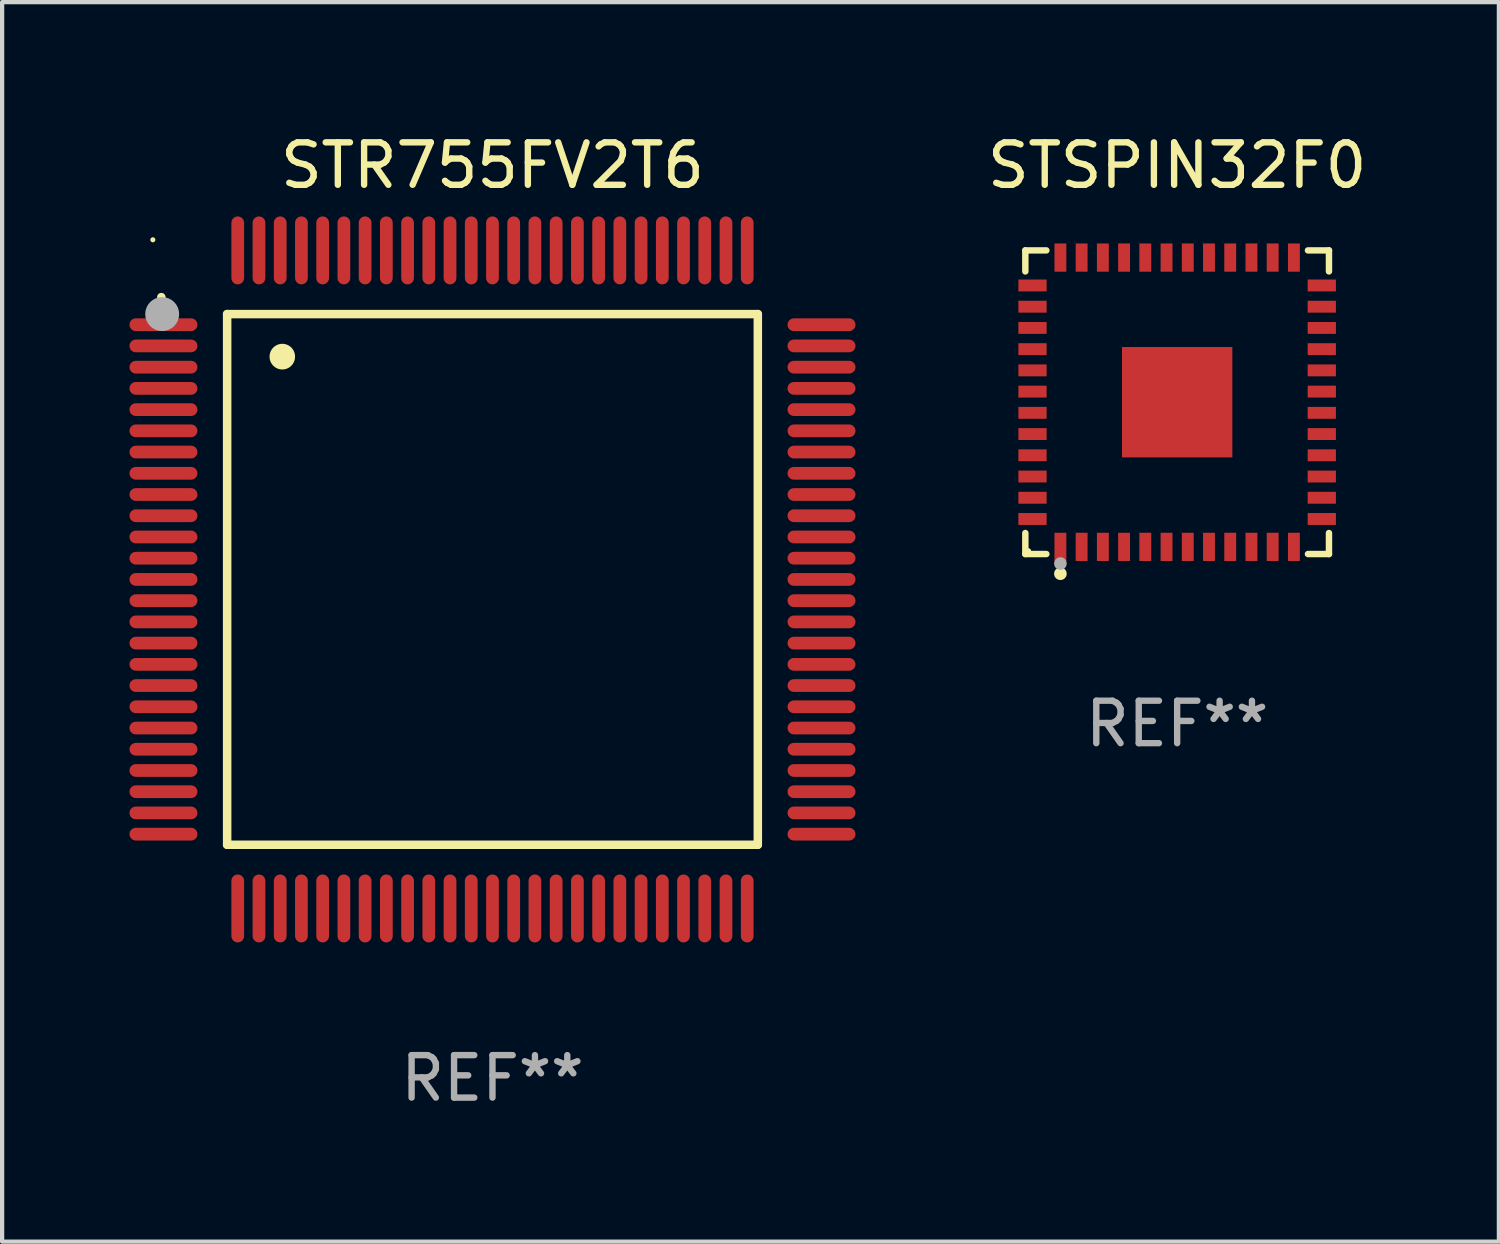
<source format=kicad_pcb>
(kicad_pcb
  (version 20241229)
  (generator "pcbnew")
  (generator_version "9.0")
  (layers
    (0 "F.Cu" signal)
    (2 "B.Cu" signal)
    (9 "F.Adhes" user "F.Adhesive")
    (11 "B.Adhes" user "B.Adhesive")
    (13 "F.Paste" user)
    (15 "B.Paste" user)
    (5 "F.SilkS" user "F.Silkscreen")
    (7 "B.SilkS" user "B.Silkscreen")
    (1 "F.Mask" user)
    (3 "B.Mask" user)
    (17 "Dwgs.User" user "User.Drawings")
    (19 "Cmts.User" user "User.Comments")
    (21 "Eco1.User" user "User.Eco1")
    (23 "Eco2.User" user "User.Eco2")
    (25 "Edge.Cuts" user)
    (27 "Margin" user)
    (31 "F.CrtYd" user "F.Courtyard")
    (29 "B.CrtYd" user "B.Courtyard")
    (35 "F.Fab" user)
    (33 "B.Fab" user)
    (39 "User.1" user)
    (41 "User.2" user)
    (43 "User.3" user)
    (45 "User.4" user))
  (footprint "STR755FV2T6"
    (layer "F.Cu")
    (at 8.55 10.598)
    (property "Reference" "STR755FV2T6" (at 0 -9.75 0) (layer "F.SilkS") (effects (font (size 1 1) (thickness 0.15))))
    (attr through_hole)
    (fp_line (start -6.25 -6.25) (end -6.25 6.25) (stroke (width 0.2) (type solid)) (layer "F.SilkS"))
    (fp_line (start -6.25 6.25) (end 6.25 6.25) (stroke (width 0.2) (type solid)) (layer "F.SilkS"))
    (fp_line (start 6.25 -6.25) (end -6.25 -6.25) (stroke (width 0.2) (type solid)) (layer "F.SilkS"))
    (fp_line (start 6.25 6.25) (end 6.25 -6.25) (stroke (width 0.2) (type solid)) (layer "F.SilkS"))
    (fp_arc (start -7.799568 -6.647625) (mid -7.799571 -6.648463) (end -7.799568 -6.649301) (stroke (width 0.2) (type solid)) (layer "F.SilkS"))
    (fp_arc (start -4.95047 -5.245111) (mid -4.950481 -5.247651) (end -4.95047 -5.250191) (stroke (width 0.6) (type solid)) (layer "F.SilkS"))
    (fp_circle (center -8 -8) (end -7.97 -8) (stroke (width 0.06) (type solid)) (fill no) (layer "F.SilkS"))
    (fp_circle (center -7.78 -6.25) (end -7.58 -6.25) (stroke (width 0.4) (type solid)) (fill no) (layer "F.Fab"))
    (fp_text user "REF**" (at 0 11.75 0) (layer "F.Fab") (effects (font (size 1 1) (thickness 0.15))))
    (pad "1" smd oval (at -7.75 -6 90) (size 0.3 1.6) (layers "F.Cu" "F.Mask" "F.Paste"))
    (pad "2" smd oval (at -7.75 -5.5 90) (size 0.3 1.6) (layers "F.Cu" "F.Mask" "F.Paste"))
    (pad "3" smd oval (at -7.75 -5 90) (size 0.3 1.6) (layers "F.Cu" "F.Mask" "F.Paste"))
    (pad "4" smd oval (at -7.75 -4.5 90) (size 0.3 1.6) (layers "F.Cu" "F.Mask" "F.Paste"))
    (pad "5" smd oval (at -7.75 -4 90) (size 0.3 1.6) (layers "F.Cu" "F.Mask" "F.Paste"))
    (pad "6" smd oval (at -7.75 -3.5 90) (size 0.3 1.6) (layers "F.Cu" "F.Mask" "F.Paste"))
    (pad "7" smd oval (at -7.75 -3 90) (size 0.3 1.6) (layers "F.Cu" "F.Mask" "F.Paste"))
    (pad "8" smd oval (at -7.75 -2.5 90) (size 0.3 1.6) (layers "F.Cu" "F.Mask" "F.Paste"))
    (pad "9" smd oval (at -7.75 -2 90) (size 0.3 1.6) (layers "F.Cu" "F.Mask" "F.Paste"))
    (pad "10" smd oval (at -7.75 -1.5 90) (size 0.3 1.6) (layers "F.Cu" "F.Mask" "F.Paste"))
    (pad "11" smd oval (at -7.75 -1 90) (size 0.3 1.6) (layers "F.Cu" "F.Mask" "F.Paste"))
    (pad "12" smd oval (at -7.75 -0.5 90) (size 0.3 1.6) (layers "F.Cu" "F.Mask" "F.Paste"))
    (pad "13" smd oval (at -7.75 0 90) (size 0.3 1.6) (layers "F.Cu" "F.Mask" "F.Paste"))
    (pad "14" smd oval (at -7.75 0.5 90) (size 0.3 1.6) (layers "F.Cu" "F.Mask" "F.Paste"))
    (pad "15" smd oval (at -7.75 1 90) (size 0.3 1.6) (layers "F.Cu" "F.Mask" "F.Paste"))
    (pad "16" smd oval (at -7.75 1.5 90) (size 0.3 1.6) (layers "F.Cu" "F.Mask" "F.Paste"))
    (pad "17" smd oval (at -7.75 2 90) (size 0.3 1.6) (layers "F.Cu" "F.Mask" "F.Paste"))
    (pad "18" smd oval (at -7.75 2.5 90) (size 0.3 1.6) (layers "F.Cu" "F.Mask" "F.Paste"))
    (pad "19" smd oval (at -7.75 3 90) (size 0.3 1.6) (layers "F.Cu" "F.Mask" "F.Paste"))
    (pad "20" smd oval (at -7.75 3.5 90) (size 0.3 1.6) (layers "F.Cu" "F.Mask" "F.Paste"))
    (pad "21" smd oval (at -7.75 4 90) (size 0.3 1.6) (layers "F.Cu" "F.Mask" "F.Paste"))
    (pad "22" smd oval (at -7.75 4.5 90) (size 0.3 1.6) (layers "F.Cu" "F.Mask" "F.Paste"))
    (pad "23" smd oval (at -7.75 5 90) (size 0.3 1.6) (layers "F.Cu" "F.Mask" "F.Paste"))
    (pad "24" smd oval (at -7.75 5.5 90) (size 0.3 1.6) (layers "F.Cu" "F.Mask" "F.Paste"))
    (pad "25" smd oval (at -7.75 6 90) (size 0.3 1.6) (layers "F.Cu" "F.Mask" "F.Paste"))
    (pad "26" smd oval (at -6 7.75) (size 0.3 1.6) (layers "F.Cu" "F.Mask" "F.Paste"))
    (pad "27" smd oval (at -5.5 7.75) (size 0.3 1.6) (layers "F.Cu" "F.Mask" "F.Paste"))
    (pad "28" smd oval (at -5 7.75) (size 0.3 1.6) (layers "F.Cu" "F.Mask" "F.Paste"))
    (pad "29" smd oval (at -4.5 7.75) (size 0.3 1.6) (layers "F.Cu" "F.Mask" "F.Paste"))
    (pad "30" smd oval (at -4 7.75) (size 0.3 1.6) (layers "F.Cu" "F.Mask" "F.Paste"))
    (pad "31" smd oval (at -3.5 7.75) (size 0.3 1.6) (layers "F.Cu" "F.Mask" "F.Paste"))
    (pad "32" smd oval (at -3 7.75) (size 0.3 1.6) (layers "F.Cu" "F.Mask" "F.Paste"))
    (pad "33" smd oval (at -2.5 7.75) (size 0.3 1.6) (layers "F.Cu" "F.Mask" "F.Paste"))
    (pad "34" smd oval (at -2 7.75) (size 0.3 1.6) (layers "F.Cu" "F.Mask" "F.Paste"))
    (pad "35" smd oval (at -1.5 7.75) (size 0.3 1.6) (layers "F.Cu" "F.Mask" "F.Paste"))
    (pad "36" smd oval (at -1 7.75) (size 0.3 1.6) (layers "F.Cu" "F.Mask" "F.Paste"))
    (pad "37" smd oval (at -0.5 7.75) (size 0.3 1.6) (layers "F.Cu" "F.Mask" "F.Paste"))
    (pad "38" smd oval (at 0 7.75) (size 0.3 1.6) (layers "F.Cu" "F.Mask" "F.Paste"))
    (pad "39" smd oval (at 0.5 7.75) (size 0.3 1.6) (layers "F.Cu" "F.Mask" "F.Paste"))
    (pad "40" smd oval (at 1 7.75) (size 0.3 1.6) (layers "F.Cu" "F.Mask" "F.Paste"))
    (pad "41" smd oval (at 1.5 7.75) (size 0.3 1.6) (layers "F.Cu" "F.Mask" "F.Paste"))
    (pad "42" smd oval (at 2 7.75) (size 0.3 1.6) (layers "F.Cu" "F.Mask" "F.Paste"))
    (pad "43" smd oval (at 2.5 7.75) (size 0.3 1.6) (layers "F.Cu" "F.Mask" "F.Paste"))
    (pad "44" smd oval (at 3 7.75) (size 0.3 1.6) (layers "F.Cu" "F.Mask" "F.Paste"))
    (pad "45" smd oval (at 3.5 7.75) (size 0.3 1.6) (layers "F.Cu" "F.Mask" "F.Paste"))
    (pad "46" smd oval (at 4 7.75) (size 0.3 1.6) (layers "F.Cu" "F.Mask" "F.Paste"))
    (pad "47" smd oval (at 4.5 7.75) (size 0.3 1.6) (layers "F.Cu" "F.Mask" "F.Paste"))
    (pad "48" smd oval (at 5 7.75) (size 0.3 1.6) (layers "F.Cu" "F.Mask" "F.Paste"))
    (pad "49" smd oval (at 5.5 7.75) (size 0.3 1.6) (layers "F.Cu" "F.Mask" "F.Paste"))
    (pad "50" smd oval (at 6 7.75) (size 0.3 1.6) (layers "F.Cu" "F.Mask" "F.Paste"))
    (pad "51" smd oval (at 7.75 6 90) (size 0.3 1.6) (layers "F.Cu" "F.Mask" "F.Paste"))
    (pad "52" smd oval (at 7.75 5.5 90) (size 0.3 1.6) (layers "F.Cu" "F.Mask" "F.Paste"))
    (pad "53" smd oval (at 7.75 5 90) (size 0.3 1.6) (layers "F.Cu" "F.Mask" "F.Paste"))
    (pad "54" smd oval (at 7.75 4.5 90) (size 0.3 1.6) (layers "F.Cu" "F.Mask" "F.Paste"))
    (pad "55" smd oval (at 7.75 4 90) (size 0.3 1.6) (layers "F.Cu" "F.Mask" "F.Paste"))
    (pad "56" smd oval (at 7.75 3.5 90) (size 0.3 1.6) (layers "F.Cu" "F.Mask" "F.Paste"))
    (pad "57" smd oval (at 7.75 3 90) (size 0.3 1.6) (layers "F.Cu" "F.Mask" "F.Paste"))
    (pad "58" smd oval (at 7.75 2.5 90) (size 0.3 1.6) (layers "F.Cu" "F.Mask" "F.Paste"))
    (pad "59" smd oval (at 7.75 2 90) (size 0.3 1.6) (layers "F.Cu" "F.Mask" "F.Paste"))
    (pad "60" smd oval (at 7.75 1.5 90) (size 0.3 1.6) (layers "F.Cu" "F.Mask" "F.Paste"))
    (pad "61" smd oval (at 7.75 1 90) (size 0.3 1.6) (layers "F.Cu" "F.Mask" "F.Paste"))
    (pad "62" smd oval (at 7.75 0.5 90) (size 0.3 1.6) (layers "F.Cu" "F.Mask" "F.Paste"))
    (pad "63" smd oval (at 7.75 0 90) (size 0.3 1.6) (layers "F.Cu" "F.Mask" "F.Paste"))
    (pad "64" smd oval (at 7.75 -0.5 90) (size 0.3 1.6) (layers "F.Cu" "F.Mask" "F.Paste"))
    (pad "65" smd oval (at 7.75 -1 90) (size 0.3 1.6) (layers "F.Cu" "F.Mask" "F.Paste"))
    (pad "66" smd oval (at 7.75 -1.5 90) (size 0.3 1.6) (layers "F.Cu" "F.Mask" "F.Paste"))
    (pad "67" smd oval (at 7.75 -2 90) (size 0.3 1.6) (layers "F.Cu" "F.Mask" "F.Paste"))
    (pad "68" smd oval (at 7.75 -2.5 90) (size 0.3 1.6) (layers "F.Cu" "F.Mask" "F.Paste"))
    (pad "69" smd oval (at 7.75 -3 90) (size 0.3 1.6) (layers "F.Cu" "F.Mask" "F.Paste"))
    (pad "70" smd oval (at 7.75 -3.5 90) (size 0.3 1.6) (layers "F.Cu" "F.Mask" "F.Paste"))
    (pad "71" smd oval (at 7.75 -4 90) (size 0.3 1.6) (layers "F.Cu" "F.Mask" "F.Paste"))
    (pad "72" smd oval (at 7.75 -4.5 90) (size 0.3 1.6) (layers "F.Cu" "F.Mask" "F.Paste"))
    (pad "73" smd oval (at 7.75 -5 90) (size 0.3 1.6) (layers "F.Cu" "F.Mask" "F.Paste"))
    (pad "74" smd oval (at 7.75 -5.5 90) (size 0.3 1.6) (layers "F.Cu" "F.Mask" "F.Paste"))
    (pad "75" smd oval (at 7.75 -6 90) (size 0.3 1.6) (layers "F.Cu" "F.Mask" "F.Paste"))
    (pad "76" smd oval (at 6 -7.75) (size 0.3 1.6) (layers "F.Cu" "F.Mask" "F.Paste"))
    (pad "77" smd oval (at 5.5 -7.75) (size 0.3 1.6) (layers "F.Cu" "F.Mask" "F.Paste"))
    (pad "78" smd oval (at 5 -7.75) (size 0.3 1.6) (layers "F.Cu" "F.Mask" "F.Paste"))
    (pad "79" smd oval (at 4.5 -7.75) (size 0.3 1.6) (layers "F.Cu" "F.Mask" "F.Paste"))
    (pad "80" smd oval (at 4 -7.75) (size 0.3 1.6) (layers "F.Cu" "F.Mask" "F.Paste"))
    (pad "81" smd oval (at 3.5 -7.75) (size 0.3 1.6) (layers "F.Cu" "F.Mask" "F.Paste"))
    (pad "82" smd oval (at 3 -7.75) (size 0.3 1.6) (layers "F.Cu" "F.Mask" "F.Paste"))
    (pad "83" smd oval (at 2.5 -7.75) (size 0.3 1.6) (layers "F.Cu" "F.Mask" "F.Paste"))
    (pad "84" smd oval (at 2 -7.75) (size 0.3 1.6) (layers "F.Cu" "F.Mask" "F.Paste"))
    (pad "85" smd oval (at 1.5 -7.75) (size 0.3 1.6) (layers "F.Cu" "F.Mask" "F.Paste"))
    (pad "86" smd oval (at 1 -7.75) (size 0.3 1.6) (layers "F.Cu" "F.Mask" "F.Paste"))
    (pad "87" smd oval (at 0.5 -7.75) (size 0.3 1.6) (layers "F.Cu" "F.Mask" "F.Paste"))
    (pad "88" smd oval (at 0 -7.75) (size 0.3 1.6) (layers "F.Cu" "F.Mask" "F.Paste"))
    (pad "89" smd oval (at -0.5 -7.75) (size 0.3 1.6) (layers "F.Cu" "F.Mask" "F.Paste"))
    (pad "90" smd oval (at -1 -7.75) (size 0.3 1.6) (layers "F.Cu" "F.Mask" "F.Paste"))
    (pad "91" smd oval (at -1.5 -7.75) (size 0.3 1.6) (layers "F.Cu" "F.Mask" "F.Paste"))
    (pad "92" smd oval (at -2 -7.75) (size 0.3 1.6) (layers "F.Cu" "F.Mask" "F.Paste"))
    (pad "93" smd oval (at -2.5 -7.75) (size 0.3 1.6) (layers "F.Cu" "F.Mask" "F.Paste"))
    (pad "94" smd oval (at -3 -7.75) (size 0.3 1.6) (layers "F.Cu" "F.Mask" "F.Paste"))
    (pad "95" smd oval (at -3.5 -7.75) (size 0.3 1.6) (layers "F.Cu" "F.Mask" "F.Paste"))
    (pad "96" smd oval (at -4 -7.75) (size 0.3 1.6) (layers "F.Cu" "F.Mask" "F.Paste"))
    (pad "97" smd oval (at -4.5 -7.75) (size 0.3 1.6) (layers "F.Cu" "F.Mask" "F.Paste"))
    (pad "98" smd oval (at -5 -7.75) (size 0.3 1.6) (layers "F.Cu" "F.Mask" "F.Paste"))
    (pad "99" smd oval (at -5.5 -7.75) (size 0.3 1.6) (layers "F.Cu" "F.Mask" "F.Paste"))
    (pad "100" smd oval (at -6 -7.75) (size 0.3 1.6) (layers "F.Cu" "F.Mask" "F.Paste")))
  (footprint "STSPIN32F0"
    (layer "F.Cu")
    (at 24.677 6.424)
    (property "Reference" "STSPIN32F0" (at 0 -5.576 0) (layer "F.SilkS") (effects (font (size 1 1) (thickness 0.15))))
    (attr through_hole)
    (fp_line (start -3.576 -3.576) (end -3.081 -3.576) (stroke (width 0.152) (type solid)) (layer "F.SilkS"))
    (fp_line (start -3.576 -3.081) (end -3.576 -3.576) (stroke (width 0.152) (type solid)) (layer "F.SilkS"))
    (fp_line (start -3.576 3.081) (end -3.576 3.576) (stroke (width 0.152) (type solid)) (layer "F.SilkS"))
    (fp_line (start -3.576 3.576) (end -3.081 3.576) (stroke (width 0.152) (type solid)) (layer "F.SilkS"))
    (fp_line (start 3.576 -3.576) (end 3.081 -3.576) (stroke (width 0.152) (type solid)) (layer "F.SilkS"))
    (fp_line (start 3.576 -3.081) (end 3.576 -3.576) (stroke (width 0.152) (type solid)) (layer "F.SilkS"))
    (fp_line (start 3.576 3.081) (end 3.576 3.576) (stroke (width 0.152) (type solid)) (layer "F.SilkS"))
    (fp_line (start 3.576 3.576) (end 3.081 3.576) (stroke (width 0.152) (type solid)) (layer "F.SilkS"))
    (fp_circle (center -3.5 3.5) (end -3.47 3.5) (stroke (width 0.06) (type solid)) (fill no) (layer "F.SilkS"))
    (fp_circle (center -2.75 4.04) (end -2.675 4.04) (stroke (width 0.15) (type solid)) (fill no) (layer "F.SilkS"))
    (fp_circle (center -2.75 3.8) (end -2.675 3.8) (stroke (width 0.15) (type solid)) (fill no) (layer "F.Fab"))
    (fp_text user "REF**" (at 0 7.576 0) (layer "F.Fab") (effects (font (size 1 1) (thickness 0.15))))
    (pad "1" smd rect (at -2.75 3.407) (size 0.28 0.665) (layers "F.Cu" "F.Mask" "F.Paste"))
    (pad "2" smd rect (at -2.25 3.407) (size 0.28 0.665) (layers "F.Cu" "F.Mask" "F.Paste"))
    (pad "3" smd rect (at -1.75 3.407) (size 0.28 0.665) (layers "F.Cu" "F.Mask" "F.Paste"))
    (pad "4" smd rect (at -1.25 3.407) (size 0.28 0.665) (layers "F.Cu" "F.Mask" "F.Paste"))
    (pad "5" smd rect (at -0.75 3.407) (size 0.28 0.665) (layers "F.Cu" "F.Mask" "F.Paste"))
    (pad "6" smd rect (at -0.25 3.407) (size 0.28 0.665) (layers "F.Cu" "F.Mask" "F.Paste"))
    (pad "7" smd rect (at 0.25 3.407) (size 0.28 0.665) (layers "F.Cu" "F.Mask" "F.Paste"))
    (pad "8" smd rect (at 0.75 3.407) (size 0.28 0.665) (layers "F.Cu" "F.Mask" "F.Paste"))
    (pad "9" smd rect (at 1.25 3.407) (size 0.28 0.665) (layers "F.Cu" "F.Mask" "F.Paste"))
    (pad "10" smd rect (at 1.75 3.407) (size 0.28 0.665) (layers "F.Cu" "F.Mask" "F.Paste"))
    (pad "11" smd rect (at 2.25 3.407) (size 0.28 0.665) (layers "F.Cu" "F.Mask" "F.Paste"))
    (pad "12" smd rect (at 2.75 3.407) (size 0.28 0.665) (layers "F.Cu" "F.Mask" "F.Paste"))
    (pad "13" smd rect (at 3.407 2.75) (size 0.665 0.28) (layers "F.Cu" "F.Mask" "F.Paste"))
    (pad "14" smd rect (at 3.407 2.25) (size 0.665 0.28) (layers "F.Cu" "F.Mask" "F.Paste"))
    (pad "15" smd rect (at 3.407 1.75) (size 0.665 0.28) (layers "F.Cu" "F.Mask" "F.Paste"))
    (pad "16" smd rect (at 3.407 1.25) (size 0.665 0.28) (layers "F.Cu" "F.Mask" "F.Paste"))
    (pad "17" smd rect (at 3.407 0.75) (size 0.665 0.28) (layers "F.Cu" "F.Mask" "F.Paste"))
    (pad "18" smd rect (at 3.407 0.25) (size 0.665 0.28) (layers "F.Cu" "F.Mask" "F.Paste"))
    (pad "19" smd rect (at 3.407 -0.25) (size 0.665 0.28) (layers "F.Cu" "F.Mask" "F.Paste"))
    (pad "20" smd rect (at 3.407 -0.75) (size 0.665 0.28) (layers "F.Cu" "F.Mask" "F.Paste"))
    (pad "21" smd rect (at 3.407 -1.25) (size 0.665 0.28) (layers "F.Cu" "F.Mask" "F.Paste"))
    (pad "22" smd rect (at 3.407 -1.75) (size 0.665 0.28) (layers "F.Cu" "F.Mask" "F.Paste"))
    (pad "23" smd rect (at 3.407 -2.25) (size 0.665 0.28) (layers "F.Cu" "F.Mask" "F.Paste"))
    (pad "24" smd rect (at 3.407 -2.75) (size 0.665 0.28) (layers "F.Cu" "F.Mask" "F.Paste"))
    (pad "25" smd rect (at 2.75 -3.407) (size 0.28 0.665) (layers "F.Cu" "F.Mask" "F.Paste"))
    (pad "26" smd rect (at 2.25 -3.407) (size 0.28 0.665) (layers "F.Cu" "F.Mask" "F.Paste"))
    (pad "27" smd rect (at 1.75 -3.407) (size 0.28 0.665) (layers "F.Cu" "F.Mask" "F.Paste"))
    (pad "28" smd rect (at 1.25 -3.407) (size 0.28 0.665) (layers "F.Cu" "F.Mask" "F.Paste"))
    (pad "29" smd rect (at 0.75 -3.407) (size 0.28 0.665) (layers "F.Cu" "F.Mask" "F.Paste"))
    (pad "30" smd rect (at 0.25 -3.407) (size 0.28 0.665) (layers "F.Cu" "F.Mask" "F.Paste"))
    (pad "31" smd rect (at -0.25 -3.407) (size 0.28 0.665) (layers "F.Cu" "F.Mask" "F.Paste"))
    (pad "32" smd rect (at -0.75 -3.407) (size 0.28 0.665) (layers "F.Cu" "F.Mask" "F.Paste"))
    (pad "33" smd rect (at -1.25 -3.407) (size 0.28 0.665) (layers "F.Cu" "F.Mask" "F.Paste"))
    (pad "34" smd rect (at -1.75 -3.407) (size 0.28 0.665) (layers "F.Cu" "F.Mask" "F.Paste"))
    (pad "35" smd rect (at -2.25 -3.407) (size 0.28 0.665) (layers "F.Cu" "F.Mask" "F.Paste"))
    (pad "36" smd rect (at -2.75 -3.407) (size 0.28 0.665) (layers "F.Cu" "F.Mask" "F.Paste"))
    (pad "37" smd rect (at -3.407 -2.75) (size 0.665 0.28) (layers "F.Cu" "F.Mask" "F.Paste"))
    (pad "38" smd rect (at -3.407 -2.25) (size 0.665 0.28) (layers "F.Cu" "F.Mask" "F.Paste"))
    (pad "39" smd rect (at -3.407 -1.75) (size 0.665 0.28) (layers "F.Cu" "F.Mask" "F.Paste"))
    (pad "40" smd rect (at -3.407 -1.25) (size 0.665 0.28) (layers "F.Cu" "F.Mask" "F.Paste"))
    (pad "41" smd rect (at -3.407 -0.75) (size 0.665 0.28) (layers "F.Cu" "F.Mask" "F.Paste"))
    (pad "42" smd rect (at -3.407 -0.25) (size 0.665 0.28) (layers "F.Cu" "F.Mask" "F.Paste"))
    (pad "43" smd rect (at -3.407 0.25) (size 0.665 0.28) (layers "F.Cu" "F.Mask" "F.Paste"))
    (pad "44" smd rect (at -3.407 0.75) (size 0.665 0.28) (layers "F.Cu" "F.Mask" "F.Paste"))
    (pad "45" smd rect (at -3.407 1.25) (size 0.665 0.28) (layers "F.Cu" "F.Mask" "F.Paste"))
    (pad "46" smd rect (at -3.407 1.75) (size 0.665 0.28) (layers "F.Cu" "F.Mask" "F.Paste"))
    (pad "47" smd rect (at -3.407 2.25) (size 0.665 0.28) (layers "F.Cu" "F.Mask" "F.Paste"))
    (pad "48" smd rect (at -3.407 2.75) (size 0.665 0.28) (layers "F.Cu" "F.Mask" "F.Paste"))
    (pad "49" smd rect (at 0 0) (size 2.6 2.6) (layers "F.Cu" "F.Mask" "F.Paste")))
  (gr_rect
    (start -3 -3)
    (end 32.255 26.196)
    (stroke (width 0.1) (type default))
    (fill no)
    (layer "Edge.Cuts")))
</source>
